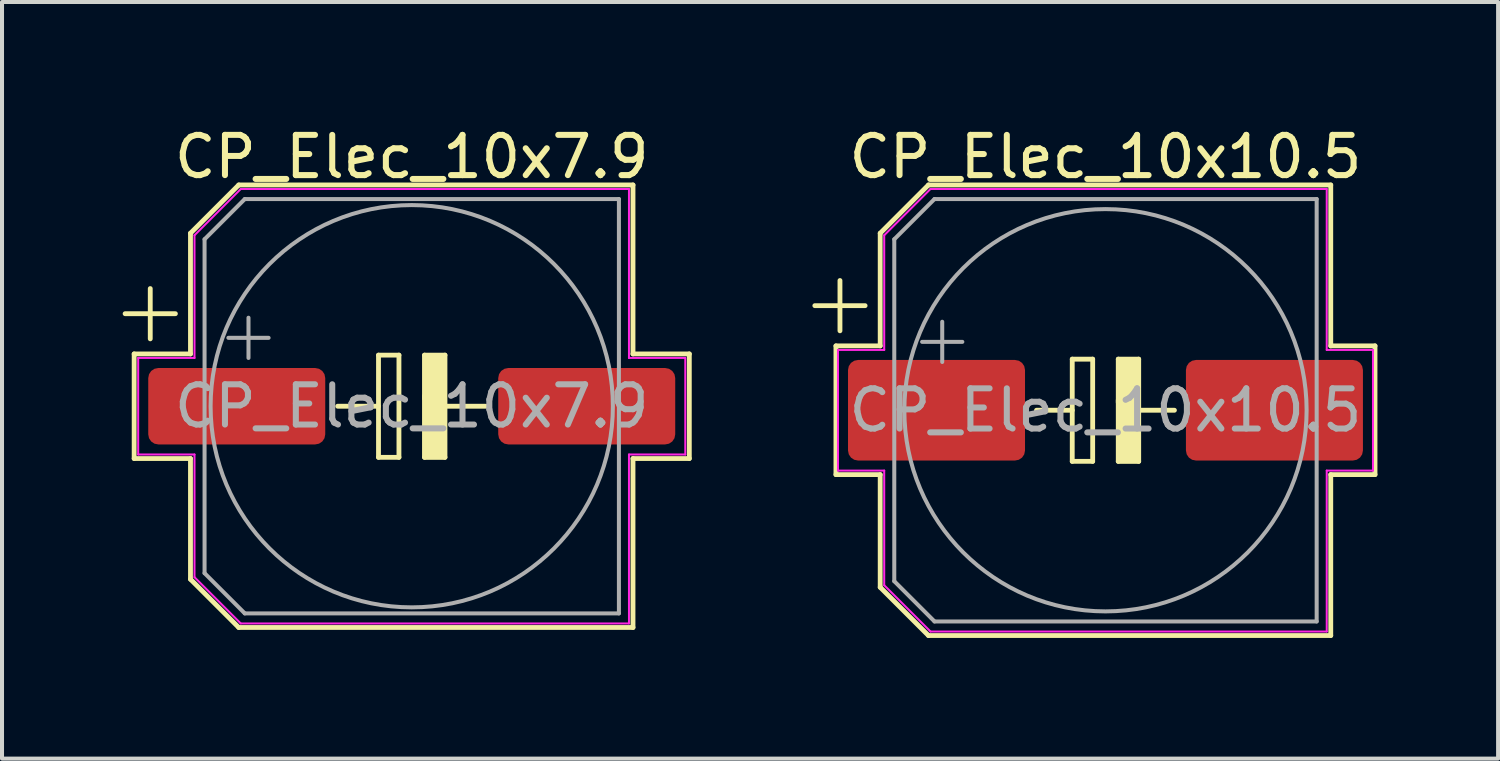
<source format=kicad_pcb>
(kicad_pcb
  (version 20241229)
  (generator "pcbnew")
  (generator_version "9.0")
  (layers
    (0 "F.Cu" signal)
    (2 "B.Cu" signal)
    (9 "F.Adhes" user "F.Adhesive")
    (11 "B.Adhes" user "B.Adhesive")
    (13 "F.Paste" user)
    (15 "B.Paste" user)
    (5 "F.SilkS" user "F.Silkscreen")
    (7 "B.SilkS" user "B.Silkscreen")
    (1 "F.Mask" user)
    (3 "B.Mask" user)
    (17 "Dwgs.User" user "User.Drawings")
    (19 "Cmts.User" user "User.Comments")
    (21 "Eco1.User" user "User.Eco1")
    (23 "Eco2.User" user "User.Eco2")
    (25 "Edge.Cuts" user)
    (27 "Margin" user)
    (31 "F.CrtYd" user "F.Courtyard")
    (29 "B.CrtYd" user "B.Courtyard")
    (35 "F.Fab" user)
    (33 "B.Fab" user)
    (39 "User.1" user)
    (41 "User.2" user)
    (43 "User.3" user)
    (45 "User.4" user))
  (footprint "CP_Elec_10x10.5"
    (layer "F.Cu")
    (at 24.43 7.148)
    (property "Reference" "CP_Elec_10x10.5" (at 0 -6.3 0) (layer "F.SilkS") (effects (font (size 1 1) (thickness 0.15))))
    (attr smd)
    (fp_line (start -7.225 -2.6) (end -5.975 -2.6) (stroke (width 0.12) (type solid)) (layer "F.SilkS"))
    (fp_line (start -6.7 -1.6) (end -6.7 1.6) (stroke (width 0.12) (type solid)) (layer "F.SilkS"))
    (fp_line (start -6.7 1.6) (end -5.6 1.6) (stroke (width 0.12) (type solid)) (layer "F.SilkS"))
    (fp_line (start -6.6 -3.225) (end -6.6 -1.975) (stroke (width 0.12) (type solid)) (layer "F.SilkS"))
    (fp_line (start -5.6 -4.4) (end -5.6 -1.6) (stroke (width 0.12) (type solid)) (layer "F.SilkS"))
    (fp_line (start -5.6 -1.6) (end -6.7 -1.6) (stroke (width 0.12) (type solid)) (layer "F.SilkS"))
    (fp_line (start -5.6 1.6) (end -5.6 4.4) (stroke (width 0.12) (type solid)) (layer "F.SilkS"))
    (fp_line (start -5.6 4.4) (end -4.4 5.6) (stroke (width 0.12) (type solid)) (layer "F.SilkS"))
    (fp_line (start -4.4 -5.6) (end -5.6 -4.4) (stroke (width 0.12) (type solid)) (layer "F.SilkS"))
    (fp_line (start -4.4 5.6) (end 5.6 5.6) (stroke (width 0.12) (type solid)) (layer "F.SilkS"))
    (fp_line (start -1.714 0) (end -0.826 0) (stroke (width 0.12) (type solid)) (layer "F.SilkS"))
    (fp_line (start -0.826 1.27) (end -0.826 -1.27) (stroke (width 0.12) (type solid)) (layer "F.SilkS"))
    (fp_line (start -0.318 -1.27) (end -0.826 -1.27) (stroke (width 0.12) (type solid)) (layer "F.SilkS"))
    (fp_line (start -0.318 -1.27) (end -0.318 1.27) (stroke (width 0.12) (type solid)) (layer "F.SilkS"))
    (fp_line (start -0.318 1.27) (end -0.826 1.27) (stroke (width 0.12) (type solid)) (layer "F.SilkS"))
    (fp_line (start 0.318 -1.27) (end 0.318 -0.191) (stroke (width 0.12) (type solid)) (layer "F.SilkS"))
    (fp_line (start 0.318 -0.254) (end 0.318 1.27) (stroke (width 0.12) (type solid)) (layer "F.SilkS"))
    (fp_line (start 0.318 1.27) (end 0.826 1.27) (stroke (width 0.12) (type solid)) (layer "F.SilkS"))
    (fp_line (start 0.826 -1.27) (end 0.318 -1.27) (stroke (width 0.12) (type solid)) (layer "F.SilkS"))
    (fp_line (start 0.826 0) (end 1.714 0) (stroke (width 0.12) (type solid)) (layer "F.SilkS"))
    (fp_line (start 0.826 1.27) (end 0.826 -1.27) (stroke (width 0.12) (type solid)) (layer "F.SilkS"))
    (fp_line (start 5.6 -5.6) (end -4.4 -5.6) (stroke (width 0.12) (type solid)) (layer "F.SilkS"))
    (fp_line (start 5.6 -1.6) (end 5.6 -5.6) (stroke (width 0.12) (type solid)) (layer "F.SilkS"))
    (fp_line (start 5.6 1.6) (end 6.7 1.6) (stroke (width 0.12) (type solid)) (layer "F.SilkS"))
    (fp_line (start 5.6 5.6) (end 5.6 1.6) (stroke (width 0.12) (type solid)) (layer "F.SilkS"))
    (fp_line (start 6.7 -1.6) (end 5.6 -1.6) (stroke (width 0.12) (type solid)) (layer "F.SilkS"))
    (fp_line (start 6.7 1.6) (end 6.7 -1.6) (stroke (width 0.12) (type solid)) (layer "F.SilkS"))
    (fp_poly (pts (xy 0.826 1.27) (xy 0.318 1.27) (xy 0.318 -1.27) (xy 0.826 -1.27)) (stroke (width 0.1) (type solid)) (fill yes) (layer "F.SilkS"))
    (fp_line (start -6.65 -1.5) (end -6.65 1.5) (stroke (width 0.05) (type solid)) (layer "F.CrtYd"))
    (fp_line (start -6.65 1.5) (end -5.5 1.5) (stroke (width 0.05) (type solid)) (layer "F.CrtYd"))
    (fp_line (start -5.5 -4.35) (end -5.5 -1.5) (stroke (width 0.05) (type solid)) (layer "F.CrtYd"))
    (fp_line (start -5.5 -4.35) (end -4.35 -5.5) (stroke (width 0.05) (type solid)) (layer "F.CrtYd"))
    (fp_line (start -5.5 -1.5) (end -6.65 -1.5) (stroke (width 0.05) (type solid)) (layer "F.CrtYd"))
    (fp_line (start -5.5 1.5) (end -5.5 4.35) (stroke (width 0.05) (type solid)) (layer "F.CrtYd"))
    (fp_line (start -5.5 4.35) (end -4.35 5.5) (stroke (width 0.05) (type solid)) (layer "F.CrtYd"))
    (fp_line (start -4.35 -5.5) (end 5.5 -5.5) (stroke (width 0.05) (type solid)) (layer "F.CrtYd"))
    (fp_line (start -4.35 5.5) (end 5.5 5.5) (stroke (width 0.05) (type solid)) (layer "F.CrtYd"))
    (fp_line (start 5.5 -5.5) (end 5.5 -1.5) (stroke (width 0.05) (type solid)) (layer "F.CrtYd"))
    (fp_line (start 5.5 -1.5) (end 6.65 -1.5) (stroke (width 0.05) (type solid)) (layer "F.CrtYd"))
    (fp_line (start 5.5 1.5) (end 5.5 5.5) (stroke (width 0.05) (type solid)) (layer "F.CrtYd"))
    (fp_line (start 6.65 -1.5) (end 6.65 1.5) (stroke (width 0.05) (type solid)) (layer "F.CrtYd"))
    (fp_line (start 6.65 1.5) (end 5.5 1.5) (stroke (width 0.05) (type solid)) (layer "F.CrtYd"))
    (fp_line (start -5.25 -4.25) (end -5.25 4.25) (stroke (width 0.1) (type solid)) (layer "F.Fab"))
    (fp_line (start -5.25 -4.25) (end -4.25 -5.25) (stroke (width 0.1) (type solid)) (layer "F.Fab"))
    (fp_line (start -5.25 4.25) (end -4.25 5.25) (stroke (width 0.1) (type solid)) (layer "F.Fab"))
    (fp_line (start -4.558 -1.7) (end -3.558 -1.7) (stroke (width 0.1) (type solid)) (layer "F.Fab"))
    (fp_line (start -4.25 -5.25) (end 5.25 -5.25) (stroke (width 0.1) (type solid)) (layer "F.Fab"))
    (fp_line (start -4.25 5.25) (end 5.25 5.25) (stroke (width 0.1) (type solid)) (layer "F.Fab"))
    (fp_line (start -4.058 -2.2) (end -4.058 -1.2) (stroke (width 0.1) (type solid)) (layer "F.Fab"))
    (fp_line (start 5.25 -5.25) (end 5.25 5.25) (stroke (width 0.1) (type solid)) (layer "F.Fab"))
    (fp_circle (center 0 0) (end 5 0) (stroke (width 0.1) (type solid)) (fill no) (layer "F.Fab"))
    (fp_text user "${REFERENCE}" (at 0 0 0) (layer "F.Fab") (effects (font (size 1 1) (thickness 0.15))))
    (pad "1" smd roundrect (at -4.2 0) (size 4.4 2.5) (layers "F.Cu" "F.Mask" "F.Paste") (roundrect_rratio 0.1))
    (pad "2" smd roundrect (at 4.2 0) (size 4.4 2.5) (layers "F.Cu" "F.Mask" "F.Paste") (roundrect_rratio 0.1)))
  (footprint "CP_Elec_10x7.9"
    (layer "F.Cu")
    (at 7.185 7.048)
    (property "Reference" "CP_Elec_10x7.9" (at 0 -6.2 0) (layer "F.SilkS") (effects (font (size 1 1) (thickness 0.15))))
    (attr smd)
    (fp_line (start -7.125 -2.3) (end -5.875 -2.3) (stroke (width 0.12) (type solid)) (layer "F.SilkS"))
    (fp_line (start -6.9 -1.3) (end -6.9 1.3) (stroke (width 0.12) (type solid)) (layer "F.SilkS"))
    (fp_line (start -6.9 1.3) (end -5.5 1.3) (stroke (width 0.12) (type solid)) (layer "F.SilkS"))
    (fp_line (start -6.5 -2.925) (end -6.5 -1.675) (stroke (width 0.12) (type solid)) (layer "F.SilkS"))
    (fp_line (start -5.5 -4.3) (end -5.5 -1.3) (stroke (width 0.12) (type solid)) (layer "F.SilkS"))
    (fp_line (start -5.5 -1.3) (end -6.9 -1.3) (stroke (width 0.12) (type solid)) (layer "F.SilkS"))
    (fp_line (start -5.5 1.3) (end -5.5 4.3) (stroke (width 0.12) (type solid)) (layer "F.SilkS"))
    (fp_line (start -5.5 4.3) (end -4.3 5.5) (stroke (width 0.12) (type solid)) (layer "F.SilkS"))
    (fp_line (start -4.3 -5.5) (end -5.5 -4.3) (stroke (width 0.12) (type solid)) (layer "F.SilkS"))
    (fp_line (start -4.3 5.5) (end 5.5 5.5) (stroke (width 0.12) (type solid)) (layer "F.SilkS"))
    (fp_line (start -1.841 0) (end -0.826 0) (stroke (width 0.12) (type solid)) (layer "F.SilkS"))
    (fp_line (start -0.826 1.27) (end -0.826 -1.27) (stroke (width 0.12) (type solid)) (layer "F.SilkS"))
    (fp_line (start -0.318 -1.27) (end -0.826 -1.27) (stroke (width 0.12) (type solid)) (layer "F.SilkS"))
    (fp_line (start -0.318 -1.27) (end -0.318 1.27) (stroke (width 0.12) (type solid)) (layer "F.SilkS"))
    (fp_line (start -0.318 1.27) (end -0.826 1.27) (stroke (width 0.12) (type solid)) (layer "F.SilkS"))
    (fp_line (start 0.318 -1.27) (end 0.318 -0.191) (stroke (width 0.12) (type solid)) (layer "F.SilkS"))
    (fp_line (start 0.318 -0.254) (end 0.318 1.27) (stroke (width 0.12) (type solid)) (layer "F.SilkS"))
    (fp_line (start 0.318 1.27) (end 0.826 1.27) (stroke (width 0.12) (type solid)) (layer "F.SilkS"))
    (fp_line (start 0.826 -1.27) (end 0.318 -1.27) (stroke (width 0.12) (type solid)) (layer "F.SilkS"))
    (fp_line (start 0.826 0) (end 1.841 0) (stroke (width 0.12) (type solid)) (layer "F.SilkS"))
    (fp_line (start 0.826 1.27) (end 0.826 -1.27) (stroke (width 0.12) (type solid)) (layer "F.SilkS"))
    (fp_line (start 5.5 -5.5) (end -4.3 -5.5) (stroke (width 0.12) (type solid)) (layer "F.SilkS"))
    (fp_line (start 5.5 -1.3) (end 5.5 -5.5) (stroke (width 0.12) (type solid)) (layer "F.SilkS"))
    (fp_line (start 5.5 1.3) (end 6.9 1.3) (stroke (width 0.12) (type solid)) (layer "F.SilkS"))
    (fp_line (start 5.5 5.5) (end 5.5 1.3) (stroke (width 0.12) (type solid)) (layer "F.SilkS"))
    (fp_line (start 6.9 -1.3) (end 5.5 -1.3) (stroke (width 0.12) (type solid)) (layer "F.SilkS"))
    (fp_line (start 6.9 1.3) (end 6.9 -1.3) (stroke (width 0.12) (type solid)) (layer "F.SilkS"))
    (fp_poly (pts (xy 0.826 1.27) (xy 0.318 1.27) (xy 0.318 -1.27) (xy 0.826 -1.27)) (stroke (width 0.1) (type solid)) (fill yes) (layer "F.SilkS"))
    (fp_line (start -6.8 -1.2) (end -6.8 1.2) (stroke (width 0.05) (type solid)) (layer "F.CrtYd"))
    (fp_line (start -6.8 1.2) (end -5.4 1.2) (stroke (width 0.05) (type solid)) (layer "F.CrtYd"))
    (fp_line (start -5.4 -4.25) (end -5.4 -1.2) (stroke (width 0.05) (type solid)) (layer "F.CrtYd"))
    (fp_line (start -5.4 -4.25) (end -4.25 -5.4) (stroke (width 0.05) (type solid)) (layer "F.CrtYd"))
    (fp_line (start -5.4 -1.2) (end -6.8 -1.2) (stroke (width 0.05) (type solid)) (layer "F.CrtYd"))
    (fp_line (start -5.4 1.2) (end -5.4 4.25) (stroke (width 0.05) (type solid)) (layer "F.CrtYd"))
    (fp_line (start -5.4 4.25) (end -4.25 5.4) (stroke (width 0.05) (type solid)) (layer "F.CrtYd"))
    (fp_line (start -4.25 -5.4) (end 5.4 -5.4) (stroke (width 0.05) (type solid)) (layer "F.CrtYd"))
    (fp_line (start -4.25 5.4) (end 5.4 5.4) (stroke (width 0.05) (type solid)) (layer "F.CrtYd"))
    (fp_line (start 5.4 -5.4) (end 5.4 -1.2) (stroke (width 0.05) (type solid)) (layer "F.CrtYd"))
    (fp_line (start 5.4 -1.2) (end 6.8 -1.2) (stroke (width 0.05) (type solid)) (layer "F.CrtYd"))
    (fp_line (start 5.4 1.2) (end 5.4 5.4) (stroke (width 0.05) (type solid)) (layer "F.CrtYd"))
    (fp_line (start 6.8 -1.2) (end 6.8 1.2) (stroke (width 0.05) (type solid)) (layer "F.CrtYd"))
    (fp_line (start 6.8 1.2) (end 5.4 1.2) (stroke (width 0.05) (type solid)) (layer "F.CrtYd"))
    (fp_line (start -5.15 -4.15) (end -5.15 4.15) (stroke (width 0.1) (type solid)) (layer "F.Fab"))
    (fp_line (start -5.15 -4.15) (end -4.15 -5.15) (stroke (width 0.1) (type solid)) (layer "F.Fab"))
    (fp_line (start -5.15 4.15) (end -4.15 5.15) (stroke (width 0.1) (type solid)) (layer "F.Fab"))
    (fp_line (start -4.558 -1.7) (end -3.558 -1.7) (stroke (width 0.1) (type solid)) (layer "F.Fab"))
    (fp_line (start -4.15 -5.15) (end 5.15 -5.15) (stroke (width 0.1) (type solid)) (layer "F.Fab"))
    (fp_line (start -4.15 5.15) (end 5.15 5.15) (stroke (width 0.1) (type solid)) (layer "F.Fab"))
    (fp_line (start -4.058 -2.2) (end -4.058 -1.2) (stroke (width 0.1) (type solid)) (layer "F.Fab"))
    (fp_line (start 5.15 -5.15) (end 5.15 5.15) (stroke (width 0.1) (type solid)) (layer "F.Fab"))
    (fp_circle (center 0 0) (end 5 0) (stroke (width 0.1) (type solid)) (fill no) (layer "F.Fab"))
    (fp_text user "${REFERENCE}" (at 0 0 0) (layer "F.Fab") (effects (font (size 1 1) (thickness 0.15))))
    (pad "1" smd roundrect (at -4.35 0) (size 4.4 1.9) (layers "F.Cu" "F.Mask" "F.Paste") (roundrect_rratio 0.132))
    (pad "2" smd roundrect (at 4.35 0) (size 4.4 1.9) (layers "F.Cu" "F.Mask" "F.Paste") (roundrect_rratio 0.132)))
  (gr_rect
    (start -3 -3)
    (end 34.19 15.808)
    (stroke (width 0.1) (type default))
    (fill no)
    (layer "Edge.Cuts")))
</source>
